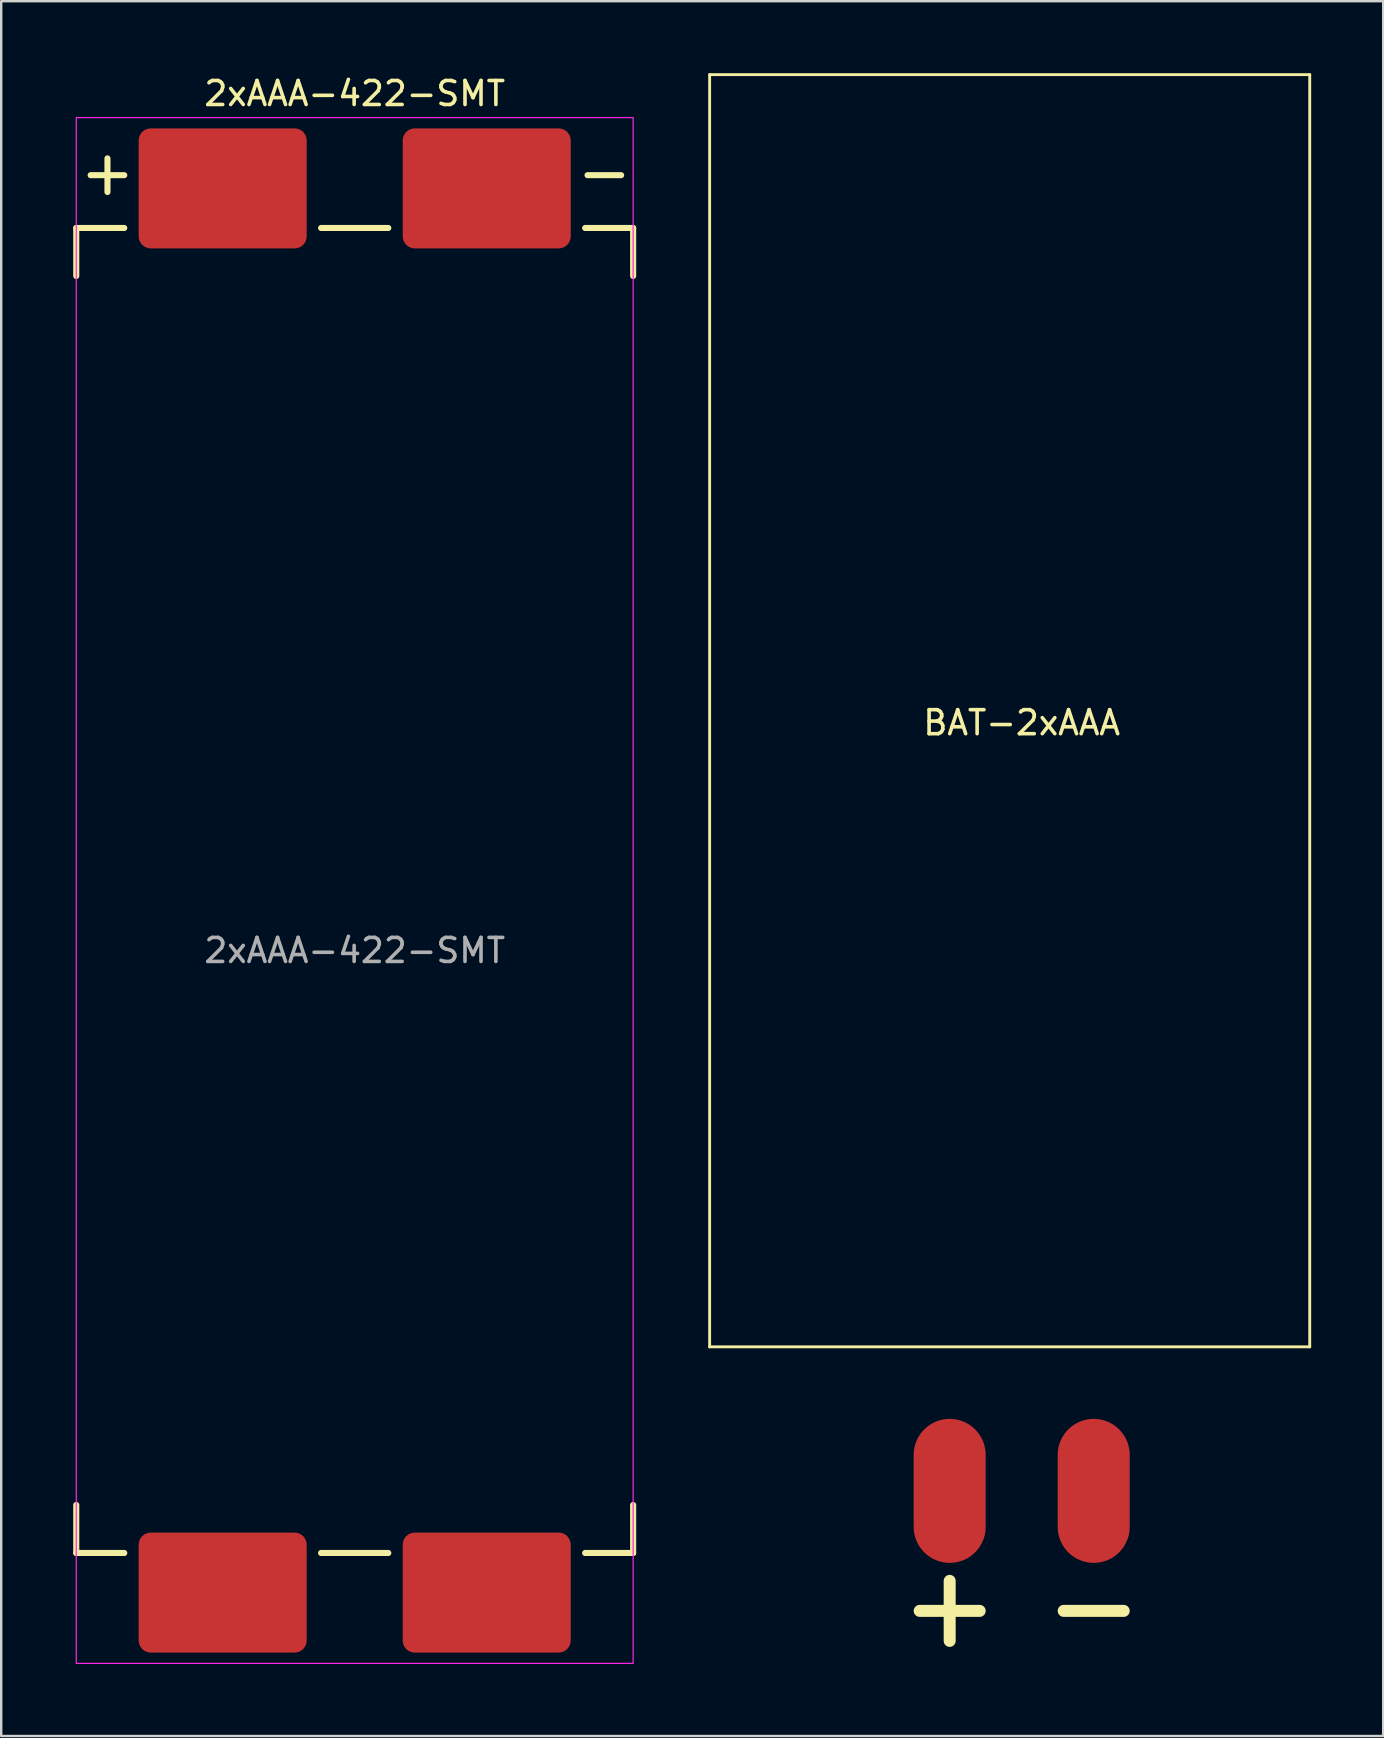
<source format=kicad_pcb>
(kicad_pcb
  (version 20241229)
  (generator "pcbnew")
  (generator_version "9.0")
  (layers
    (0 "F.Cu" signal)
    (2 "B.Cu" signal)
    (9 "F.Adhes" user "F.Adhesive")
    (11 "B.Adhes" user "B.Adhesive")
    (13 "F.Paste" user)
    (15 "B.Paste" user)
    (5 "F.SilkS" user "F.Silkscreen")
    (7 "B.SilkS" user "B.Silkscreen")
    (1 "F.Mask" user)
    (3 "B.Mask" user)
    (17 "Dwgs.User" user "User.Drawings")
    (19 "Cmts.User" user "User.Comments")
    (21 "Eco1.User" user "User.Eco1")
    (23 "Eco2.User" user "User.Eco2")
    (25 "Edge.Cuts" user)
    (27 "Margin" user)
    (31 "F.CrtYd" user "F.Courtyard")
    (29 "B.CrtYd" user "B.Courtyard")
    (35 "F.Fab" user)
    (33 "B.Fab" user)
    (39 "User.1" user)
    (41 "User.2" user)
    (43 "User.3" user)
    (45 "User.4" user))
  (footprint "BAT-2xAAA"
    (layer "F.Cu")
    (at 39.514 26.56)
    (property "Reference" "BAT-2xAAA" (at 0 0.5 0) (layer "F.SilkS") (effects (font (size 1 1) (thickness 0.15))))
    (attr through_hole)
    (fp_line (start -13 -26.5) (end -13 26.5) (stroke (width 0.12) (type solid)) (layer "F.SilkS"))
    (fp_line (start -13 -26.5) (end 12 -26.5) (stroke (width 0.12) (type solid)) (layer "F.SilkS"))
    (fp_line (start -4.25 37.5) (end -1.75 37.5) (stroke (width 0.5) (type solid)) (layer "F.SilkS"))
    (fp_line (start -3 38.75) (end -3 36.25) (stroke (width 0.5) (type solid)) (layer "F.SilkS"))
    (fp_line (start 1.75 37.5) (end 4.25 37.5) (stroke (width 0.5) (type solid)) (layer "F.SilkS"))
    (fp_line (start 12 -26.5) (end 12 26.5) (stroke (width 0.12) (type solid)) (layer "F.SilkS"))
    (fp_line (start 12 26.5) (end -13 26.5) (stroke (width 0.12) (type solid)) (layer "F.SilkS"))
    (pad "1" smd oval (at -3 32.5) (size 3 6) (layers "F.Cu" "F.Mask" "F.Paste"))
    (pad "2" smd oval (at 3 32.5) (size 3 6) (layers "F.Cu" "F.Mask" "F.Paste")))
  (footprint "2xAAA-422-SMT"
    (layer "F.Cu")
    (at 11.727 34.048)
    (property "Reference" "2xAAA-422-SMT" (at 0 -33.2 0) (unlocked yes) (layer "F.SilkS") (effects (font (size 1 1) (thickness 0.15))))
    (attr smd)
    (fp_line (start -11.6 -27.6) (end -11.6 -25.6) (stroke (width 0.254) (type solid)) (layer "F.SilkS"))
    (fp_line (start -11.6 -27.6) (end -9.6 -27.6) (stroke (width 0.254) (type solid)) (layer "F.SilkS"))
    (fp_line (start -11.6 27.6) (end -11.6 25.6) (stroke (width 0.254) (type solid)) (layer "F.SilkS"))
    (fp_line (start -11 -29.8) (end -9.6 -29.8) (stroke (width 0.254) (type solid)) (layer "F.SilkS"))
    (fp_line (start -10.3 -29.1) (end -10.3 -30.5) (stroke (width 0.254) (type solid)) (layer "F.SilkS"))
    (fp_line (start -9.6 27.6) (end -11.6 27.6) (stroke (width 0.254) (type solid)) (layer "F.SilkS"))
    (fp_line (start -1.4 -27.6) (end 1.4 -27.6) (stroke (width 0.254) (type solid)) (layer "F.SilkS"))
    (fp_line (start 1.4 27.6) (end -1.4 27.6) (stroke (width 0.254) (type solid)) (layer "F.SilkS"))
    (fp_line (start 9.6 -27.6) (end 11.6 -27.6) (stroke (width 0.254) (type solid)) (layer "F.SilkS"))
    (fp_line (start 9.7 -29.8) (end 11.1 -29.8) (stroke (width 0.254) (type solid)) (layer "F.SilkS"))
    (fp_line (start 11.6 -27.6) (end 11.6 -25.6) (stroke (width 0.254) (type solid)) (layer "F.SilkS"))
    (fp_line (start 11.6 27.6) (end 9.6 27.6) (stroke (width 0.254) (type solid)) (layer "F.SilkS"))
    (fp_line (start 11.6 27.6) (end 11.6 25.6) (stroke (width 0.254) (type solid)) (layer "F.SilkS"))
    (fp_rect (start -11.6 -32.2) (end 11.6 32.2) (stroke (width 0.05) (type solid)) (fill no) (layer "F.CrtYd"))
    (fp_text user "${REFERENCE}" (at 0 2.5 0) (unlocked yes) (layer "F.Fab") (effects (font (size 1 1) (thickness 0.15))))
    (pad "1" smd roundrect (at -5.5 -29.25) (size 7 5) (layers "F.Cu" "F.Mask" "F.Paste") (roundrect_rratio 0.1))
    (pad "2" smd roundrect (at -5.5 29.25) (size 7 5) (layers "F.Cu" "F.Mask" "F.Paste") (roundrect_rratio 0.1))
    (pad "2" smd roundrect (at 5.5 29.25) (size 7 5) (layers "F.Cu" "F.Mask" "F.Paste") (roundrect_rratio 0.1))
    (pad "3" smd roundrect (at 5.5 -29.25) (size 7 5) (layers "F.Cu" "F.Mask" "F.Paste") (roundrect_rratio 0.1)))
  (gr_rect
    (start -3 -3)
    (end 54.574 69.273)
    (stroke (width 0.1) (type default))
    (fill no)
    (layer "Edge.Cuts")))
</source>
